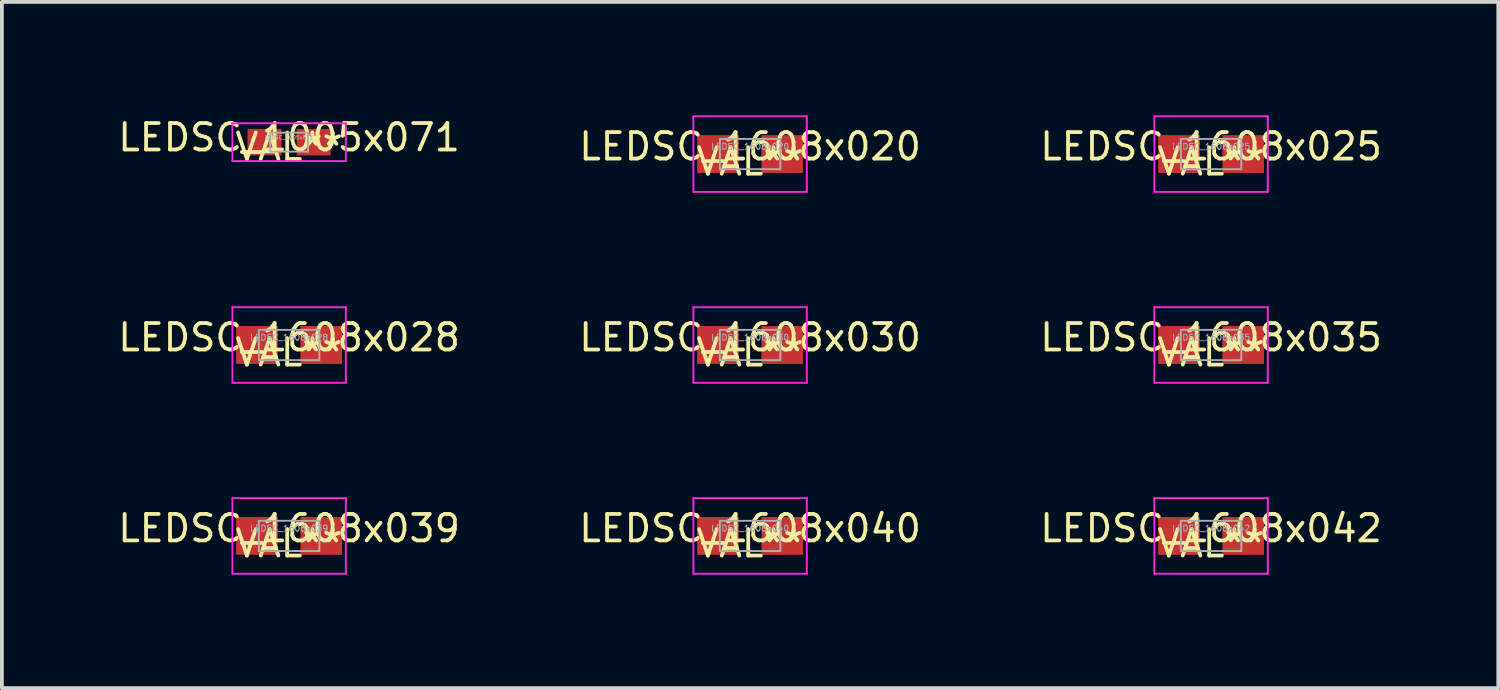
<source format=kicad_pcb>
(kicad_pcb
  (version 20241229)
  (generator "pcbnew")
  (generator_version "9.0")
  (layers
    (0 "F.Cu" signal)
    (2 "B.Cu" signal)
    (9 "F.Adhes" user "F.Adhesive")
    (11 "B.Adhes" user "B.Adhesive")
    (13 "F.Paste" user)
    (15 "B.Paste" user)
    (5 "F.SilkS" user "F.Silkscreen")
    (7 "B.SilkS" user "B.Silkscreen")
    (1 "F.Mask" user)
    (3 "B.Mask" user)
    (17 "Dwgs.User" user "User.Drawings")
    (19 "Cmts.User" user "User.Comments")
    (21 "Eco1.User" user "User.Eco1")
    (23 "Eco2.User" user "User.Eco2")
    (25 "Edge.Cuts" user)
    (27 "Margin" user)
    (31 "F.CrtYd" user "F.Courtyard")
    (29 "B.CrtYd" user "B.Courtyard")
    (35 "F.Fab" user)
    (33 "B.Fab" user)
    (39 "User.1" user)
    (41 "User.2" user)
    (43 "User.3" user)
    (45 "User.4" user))
  (footprint "LEDSC_1608x028"
    (layer "F.Cu")
    (at 4.597 6.075)
    (property "Reference" "LEDSC_1608x028" (at 0 -0.2 0) (layer "F.Fab") (effects (font (size 0.16 0.16) (thickness 0.024))))
    (property "Value" "VAL**" (at 0 0.2 0) (layer "F.Fab") (hide yes) (effects (font (size 0.16 0.16) (thickness 0.024))))
    (attr smd)
    (fp_line (start -1.5 -1) (end 1.5 -1) (stroke (width 0.05) (type solid)) (layer "F.CrtYd"))
    (fp_line (start -1.5 1) (end -1.5 -1) (stroke (width 0.05) (type solid)) (layer "F.CrtYd"))
    (fp_line (start 1.5 -1) (end 1.5 1) (stroke (width 0.05) (type solid)) (layer "F.CrtYd"))
    (fp_line (start 1.5 1) (end -1.5 1) (stroke (width 0.05) (type solid)) (layer "F.CrtYd"))
    (fp_line (start -0.8 -0.4) (end 0.8 -0.4) (stroke (width 0.05) (type solid)) (layer "F.Fab"))
    (fp_line (start -0.8 0.4) (end -0.8 -0.4) (stroke (width 0.05) (type solid)) (layer "F.Fab"))
    (fp_line (start 0.8 -0.4) (end 0.8 0.4) (stroke (width 0.05) (type solid)) (layer "F.Fab"))
    (fp_line (start 0.8 0.4) (end -0.8 0.4) (stroke (width 0.05) (type solid)) (layer "F.Fab"))
    (fp_text user "${VALUE}" (at 0 0.2 0) (layer "F.SilkS") (effects (font (size 0.7 0.7) (thickness 0.1))))
    (fp_text user "${REFERENCE}" (at 0 -0.2 0) (layer "F.SilkS") (effects (font (size 0.7 0.7) (thickness 0.1))))
    (pad "1" smd rect (at -0.85 0) (size 1.1 1) (layers "F.Cu" "F.Mask" "F.Paste"))
    (pad "2" smd rect (at 0.85 0) (size 1.1 1) (layers "F.Cu" "F.Mask" "F.Paste")))
  (footprint "LEDSC_1608x040"
    (layer "F.Cu")
    (at 16.79 11.125)
    (property "Reference" "LEDSC_1608x040" (at 0 -0.2 0) (layer "F.Fab") (effects (font (size 0.16 0.16) (thickness 0.024))))
    (property "Value" "VAL**" (at 0 0.2 0) (layer "F.Fab") (hide yes) (effects (font (size 0.16 0.16) (thickness 0.024))))
    (attr smd)
    (fp_line (start -1.5 -1) (end 1.5 -1) (stroke (width 0.05) (type solid)) (layer "F.CrtYd"))
    (fp_line (start -1.5 1) (end -1.5 -1) (stroke (width 0.05) (type solid)) (layer "F.CrtYd"))
    (fp_line (start 1.5 -1) (end 1.5 1) (stroke (width 0.05) (type solid)) (layer "F.CrtYd"))
    (fp_line (start 1.5 1) (end -1.5 1) (stroke (width 0.05) (type solid)) (layer "F.CrtYd"))
    (fp_line (start -0.8 -0.4) (end 0.8 -0.4) (stroke (width 0.05) (type solid)) (layer "F.Fab"))
    (fp_line (start -0.8 0.4) (end -0.8 -0.4) (stroke (width 0.05) (type solid)) (layer "F.Fab"))
    (fp_line (start 0.8 -0.4) (end 0.8 0.4) (stroke (width 0.05) (type solid)) (layer "F.Fab"))
    (fp_line (start 0.8 0.4) (end -0.8 0.4) (stroke (width 0.05) (type solid)) (layer "F.Fab"))
    (fp_text user "${VALUE}" (at 0 0.2 0) (layer "F.SilkS") (effects (font (size 0.7 0.7) (thickness 0.1))))
    (fp_text user "${REFERENCE}" (at 0 -0.2 0) (layer "F.SilkS") (effects (font (size 0.7 0.7) (thickness 0.1))))
    (pad "1" smd rect (at -0.85 0) (size 1.1 1) (layers "F.Cu" "F.Mask" "F.Paste"))
    (pad "2" smd rect (at 0.85 0) (size 1.1 1) (layers "F.Cu" "F.Mask" "F.Paste")))
  (footprint "LEDSC_1608x035"
    (layer "F.Cu")
    (at 28.983 6.075)
    (property "Reference" "LEDSC_1608x035" (at 0 -0.2 0) (layer "F.Fab") (effects (font (size 0.16 0.16) (thickness 0.024))))
    (property "Value" "VAL**" (at 0 0.2 0) (layer "F.Fab") (hide yes) (effects (font (size 0.16 0.16) (thickness 0.024))))
    (attr smd)
    (fp_line (start -1.5 -1) (end 1.5 -1) (stroke (width 0.05) (type solid)) (layer "F.CrtYd"))
    (fp_line (start -1.5 1) (end -1.5 -1) (stroke (width 0.05) (type solid)) (layer "F.CrtYd"))
    (fp_line (start 1.5 -1) (end 1.5 1) (stroke (width 0.05) (type solid)) (layer "F.CrtYd"))
    (fp_line (start 1.5 1) (end -1.5 1) (stroke (width 0.05) (type solid)) (layer "F.CrtYd"))
    (fp_line (start -0.8 -0.4) (end 0.8 -0.4) (stroke (width 0.05) (type solid)) (layer "F.Fab"))
    (fp_line (start -0.8 0.4) (end -0.8 -0.4) (stroke (width 0.05) (type solid)) (layer "F.Fab"))
    (fp_line (start 0.8 -0.4) (end 0.8 0.4) (stroke (width 0.05) (type solid)) (layer "F.Fab"))
    (fp_line (start 0.8 0.4) (end -0.8 0.4) (stroke (width 0.05) (type solid)) (layer "F.Fab"))
    (fp_text user "${REFERENCE}" (at 0 -0.2 0) (layer "F.SilkS") (effects (font (size 0.7 0.7) (thickness 0.1))))
    (fp_text user "${VALUE}" (at 0 0.2 0) (layer "F.SilkS") (effects (font (size 0.7 0.7) (thickness 0.1))))
    (pad "1" smd rect (at -0.85 0) (size 1.1 1) (layers "F.Cu" "F.Mask" "F.Paste"))
    (pad "2" smd rect (at 0.85 0) (size 1.1 1) (layers "F.Cu" "F.Mask" "F.Paste")))
  (footprint "LEDSC_1005x071"
    (layer "F.Cu")
    (at 4.597 0.71)
    (property "Reference" "LEDSC_1005x071" (at 0 -0.125 0) (layer "F.Fab") (effects (font (size 0.1 0.1) (thickness 0.015))))
    (property "Value" "VAL**" (at 0 0.125 0) (layer "F.Fab") (hide yes) (effects (font (size 0.1 0.1) (thickness 0.015))))
    (attr smd)
    (fp_line (start -1.5 -0.5) (end 1.5 -0.5) (stroke (width 0.05) (type solid)) (layer "F.CrtYd"))
    (fp_line (start -1.5 0.5) (end -1.5 -0.5) (stroke (width 0.05) (type solid)) (layer "F.CrtYd"))
    (fp_line (start 1.5 -0.5) (end 1.5 0.5) (stroke (width 0.05) (type solid)) (layer "F.CrtYd"))
    (fp_line (start 1.5 0.5) (end -1.5 0.5) (stroke (width 0.05) (type solid)) (layer "F.CrtYd"))
    (fp_line (start -0.5 -0.25) (end 0.5 -0.25) (stroke (width 0.05) (type solid)) (layer "F.Fab"))
    (fp_line (start -0.5 0.25) (end -0.5 -0.25) (stroke (width 0.05) (type solid)) (layer "F.Fab"))
    (fp_line (start 0.5 -0.25) (end 0.5 0.25) (stroke (width 0.05) (type solid)) (layer "F.Fab"))
    (fp_line (start 0.5 0.25) (end -0.5 0.25) (stroke (width 0.05) (type solid)) (layer "F.Fab"))
    (fp_text user "${VALUE}" (at 0 0.125 0) (layer "F.SilkS") (effects (font (size 0.7 0.7) (thickness 0.1))))
    (fp_text user "${REFERENCE}" (at 0 -0.125 0) (layer "F.SilkS") (effects (font (size 0.7 0.7) (thickness 0.1))))
    (pad "1" smd rect (at -0.65 0) (size 0.9 0.7) (layers "F.Cu" "F.Mask" "F.Paste"))
    (pad "2" smd rect (at 0.65 0) (size 0.9 0.7) (layers "F.Cu" "F.Mask" "F.Paste")))
  (footprint "LEDSC_1608x042"
    (layer "F.Cu")
    (at 28.983 11.125)
    (property "Reference" "LEDSC_1608x042" (at 0 -0.2 0) (layer "F.Fab") (effects (font (size 0.16 0.16) (thickness 0.024))))
    (property "Value" "VAL**" (at 0 0.2 0) (layer "F.Fab") (hide yes) (effects (font (size 0.16 0.16) (thickness 0.024))))
    (attr smd)
    (fp_line (start -1.5 -1) (end 1.5 -1) (stroke (width 0.05) (type solid)) (layer "F.CrtYd"))
    (fp_line (start -1.5 1) (end -1.5 -1) (stroke (width 0.05) (type solid)) (layer "F.CrtYd"))
    (fp_line (start 1.5 -1) (end 1.5 1) (stroke (width 0.05) (type solid)) (layer "F.CrtYd"))
    (fp_line (start 1.5 1) (end -1.5 1) (stroke (width 0.05) (type solid)) (layer "F.CrtYd"))
    (fp_line (start -0.8 -0.4) (end 0.8 -0.4) (stroke (width 0.05) (type solid)) (layer "F.Fab"))
    (fp_line (start -0.8 0.4) (end -0.8 -0.4) (stroke (width 0.05) (type solid)) (layer "F.Fab"))
    (fp_line (start 0.8 -0.4) (end 0.8 0.4) (stroke (width 0.05) (type solid)) (layer "F.Fab"))
    (fp_line (start 0.8 0.4) (end -0.8 0.4) (stroke (width 0.05) (type solid)) (layer "F.Fab"))
    (fp_text user "${VALUE}" (at 0 0.2 0) (layer "F.SilkS") (effects (font (size 0.7 0.7) (thickness 0.1))))
    (fp_text user "${REFERENCE}" (at 0 -0.2 0) (layer "F.SilkS") (effects (font (size 0.7 0.7) (thickness 0.1))))
    (pad "1" smd rect (at -0.85 0) (size 1.1 1) (layers "F.Cu" "F.Mask" "F.Paste"))
    (pad "2" smd rect (at 0.85 0) (size 1.1 1) (layers "F.Cu" "F.Mask" "F.Paste")))
  (footprint "LEDSC_1608x030"
    (layer "F.Cu")
    (at 16.79 6.075)
    (property "Reference" "LEDSC_1608x030" (at 0 -0.2 0) (layer "F.Fab") (effects (font (size 0.16 0.16) (thickness 0.024))))
    (property "Value" "VAL**" (at 0 0.2 0) (layer "F.Fab") (hide yes) (effects (font (size 0.16 0.16) (thickness 0.024))))
    (attr smd)
    (fp_line (start -1.5 -1) (end 1.5 -1) (stroke (width 0.05) (type solid)) (layer "F.CrtYd"))
    (fp_line (start -1.5 1) (end -1.5 -1) (stroke (width 0.05) (type solid)) (layer "F.CrtYd"))
    (fp_line (start 1.5 -1) (end 1.5 1) (stroke (width 0.05) (type solid)) (layer "F.CrtYd"))
    (fp_line (start 1.5 1) (end -1.5 1) (stroke (width 0.05) (type solid)) (layer "F.CrtYd"))
    (fp_line (start -0.8 -0.4) (end 0.8 -0.4) (stroke (width 0.05) (type solid)) (layer "F.Fab"))
    (fp_line (start -0.8 0.4) (end -0.8 -0.4) (stroke (width 0.05) (type solid)) (layer "F.Fab"))
    (fp_line (start 0.8 -0.4) (end 0.8 0.4) (stroke (width 0.05) (type solid)) (layer "F.Fab"))
    (fp_line (start 0.8 0.4) (end -0.8 0.4) (stroke (width 0.05) (type solid)) (layer "F.Fab"))
    (fp_text user "${VALUE}" (at 0 0.2 0) (layer "F.SilkS") (effects (font (size 0.7 0.7) (thickness 0.1))))
    (fp_text user "${REFERENCE}" (at 0 -0.2 0) (layer "F.SilkS") (effects (font (size 0.7 0.7) (thickness 0.1))))
    (pad "1" smd rect (at -0.85 0) (size 1.1 1) (layers "F.Cu" "F.Mask" "F.Paste"))
    (pad "2" smd rect (at 0.85 0) (size 1.1 1) (layers "F.Cu" "F.Mask" "F.Paste")))
  (footprint "LEDSC_1608x039"
    (layer "F.Cu")
    (at 4.597 11.125)
    (property "Reference" "LEDSC_1608x039" (at 0 -0.2 0) (layer "F.Fab") (effects (font (size 0.16 0.16) (thickness 0.024))))
    (property "Value" "VAL**" (at 0 0.2 0) (layer "F.Fab") (hide yes) (effects (font (size 0.16 0.16) (thickness 0.024))))
    (attr smd)
    (fp_line (start -1.5 -1) (end 1.5 -1) (stroke (width 0.05) (type solid)) (layer "F.CrtYd"))
    (fp_line (start -1.5 1) (end -1.5 -1) (stroke (width 0.05) (type solid)) (layer "F.CrtYd"))
    (fp_line (start 1.5 -1) (end 1.5 1) (stroke (width 0.05) (type solid)) (layer "F.CrtYd"))
    (fp_line (start 1.5 1) (end -1.5 1) (stroke (width 0.05) (type solid)) (layer "F.CrtYd"))
    (fp_line (start -0.8 -0.4) (end 0.8 -0.4) (stroke (width 0.05) (type solid)) (layer "F.Fab"))
    (fp_line (start -0.8 0.4) (end -0.8 -0.4) (stroke (width 0.05) (type solid)) (layer "F.Fab"))
    (fp_line (start 0.8 -0.4) (end 0.8 0.4) (stroke (width 0.05) (type solid)) (layer "F.Fab"))
    (fp_line (start 0.8 0.4) (end -0.8 0.4) (stroke (width 0.05) (type solid)) (layer "F.Fab"))
    (fp_text user "${VALUE}" (at 0 0.2 0) (layer "F.SilkS") (effects (font (size 0.7 0.7) (thickness 0.1))))
    (fp_text user "${REFERENCE}" (at 0 -0.2 0) (layer "F.SilkS") (effects (font (size 0.7 0.7) (thickness 0.1))))
    (pad "1" smd rect (at -0.85 0) (size 1.1 1) (layers "F.Cu" "F.Mask" "F.Paste"))
    (pad "2" smd rect (at 0.85 0) (size 1.1 1) (layers "F.Cu" "F.Mask" "F.Paste")))
  (footprint "LEDSC_1608x020"
    (layer "F.Cu")
    (at 16.79 1.025)
    (property "Reference" "LEDSC_1608x020" (at 0 -0.2 0) (layer "F.Fab") (effects (font (size 0.16 0.16) (thickness 0.024))))
    (property "Value" "VAL**" (at 0 0.2 0) (layer "F.Fab") (hide yes) (effects (font (size 0.16 0.16) (thickness 0.024))))
    (attr smd)
    (fp_line (start -1.5 -1) (end 1.5 -1) (stroke (width 0.05) (type solid)) (layer "F.CrtYd"))
    (fp_line (start -1.5 1) (end -1.5 -1) (stroke (width 0.05) (type solid)) (layer "F.CrtYd"))
    (fp_line (start 1.5 -1) (end 1.5 1) (stroke (width 0.05) (type solid)) (layer "F.CrtYd"))
    (fp_line (start 1.5 1) (end -1.5 1) (stroke (width 0.05) (type solid)) (layer "F.CrtYd"))
    (fp_line (start -0.8 -0.4) (end 0.8 -0.4) (stroke (width 0.05) (type solid)) (layer "F.Fab"))
    (fp_line (start -0.8 0.4) (end -0.8 -0.4) (stroke (width 0.05) (type solid)) (layer "F.Fab"))
    (fp_line (start 0.8 -0.4) (end 0.8 0.4) (stroke (width 0.05) (type solid)) (layer "F.Fab"))
    (fp_line (start 0.8 0.4) (end -0.8 0.4) (stroke (width 0.05) (type solid)) (layer "F.Fab"))
    (fp_text user "${REFERENCE}" (at 0 -0.2 0) (layer "F.SilkS") (effects (font (size 0.7 0.7) (thickness 0.1))))
    (fp_text user "${VALUE}" (at 0 0.2 0) (layer "F.SilkS") (effects (font (size 0.7 0.7) (thickness 0.1))))
    (pad "1" smd rect (at -0.85 0) (size 1.1 1) (layers "F.Cu" "F.Mask" "F.Paste"))
    (pad "2" smd rect (at 0.85 0) (size 1.1 1) (layers "F.Cu" "F.Mask" "F.Paste")))
  (footprint "LEDSC_1608x025"
    (layer "F.Cu")
    (at 28.983 1.025)
    (property "Reference" "LEDSC_1608x025" (at 0 -0.2 0) (layer "F.Fab") (effects (font (size 0.16 0.16) (thickness 0.024))))
    (property "Value" "VAL**" (at 0 0.2 0) (layer "F.Fab") (hide yes) (effects (font (size 0.16 0.16) (thickness 0.024))))
    (attr smd)
    (fp_line (start -1.5 -1) (end 1.5 -1) (stroke (width 0.05) (type solid)) (layer "F.CrtYd"))
    (fp_line (start -1.5 1) (end -1.5 -1) (stroke (width 0.05) (type solid)) (layer "F.CrtYd"))
    (fp_line (start 1.5 -1) (end 1.5 1) (stroke (width 0.05) (type solid)) (layer "F.CrtYd"))
    (fp_line (start 1.5 1) (end -1.5 1) (stroke (width 0.05) (type solid)) (layer "F.CrtYd"))
    (fp_line (start -0.8 -0.4) (end 0.8 -0.4) (stroke (width 0.05) (type solid)) (layer "F.Fab"))
    (fp_line (start -0.8 0.4) (end -0.8 -0.4) (stroke (width 0.05) (type solid)) (layer "F.Fab"))
    (fp_line (start 0.8 -0.4) (end 0.8 0.4) (stroke (width 0.05) (type solid)) (layer "F.Fab"))
    (fp_line (start 0.8 0.4) (end -0.8 0.4) (stroke (width 0.05) (type solid)) (layer "F.Fab"))
    (fp_text user "${VALUE}" (at 0 0.2 0) (layer "F.SilkS") (effects (font (size 0.7 0.7) (thickness 0.1))))
    (fp_text user "${REFERENCE}" (at 0 -0.2 0) (layer "F.SilkS") (effects (font (size 0.7 0.7) (thickness 0.1))))
    (pad "1" smd rect (at -0.85 0) (size 1.1 1) (layers "F.Cu" "F.Mask" "F.Paste"))
    (pad "2" smd rect (at 0.85 0) (size 1.1 1) (layers "F.Cu" "F.Mask" "F.Paste")))
  (gr_rect
    (start -3 -3)
    (end 36.58 15.15)
    (stroke (width 0.1) (type default))
    (fill no)
    (layer "Edge.Cuts")))
</source>
